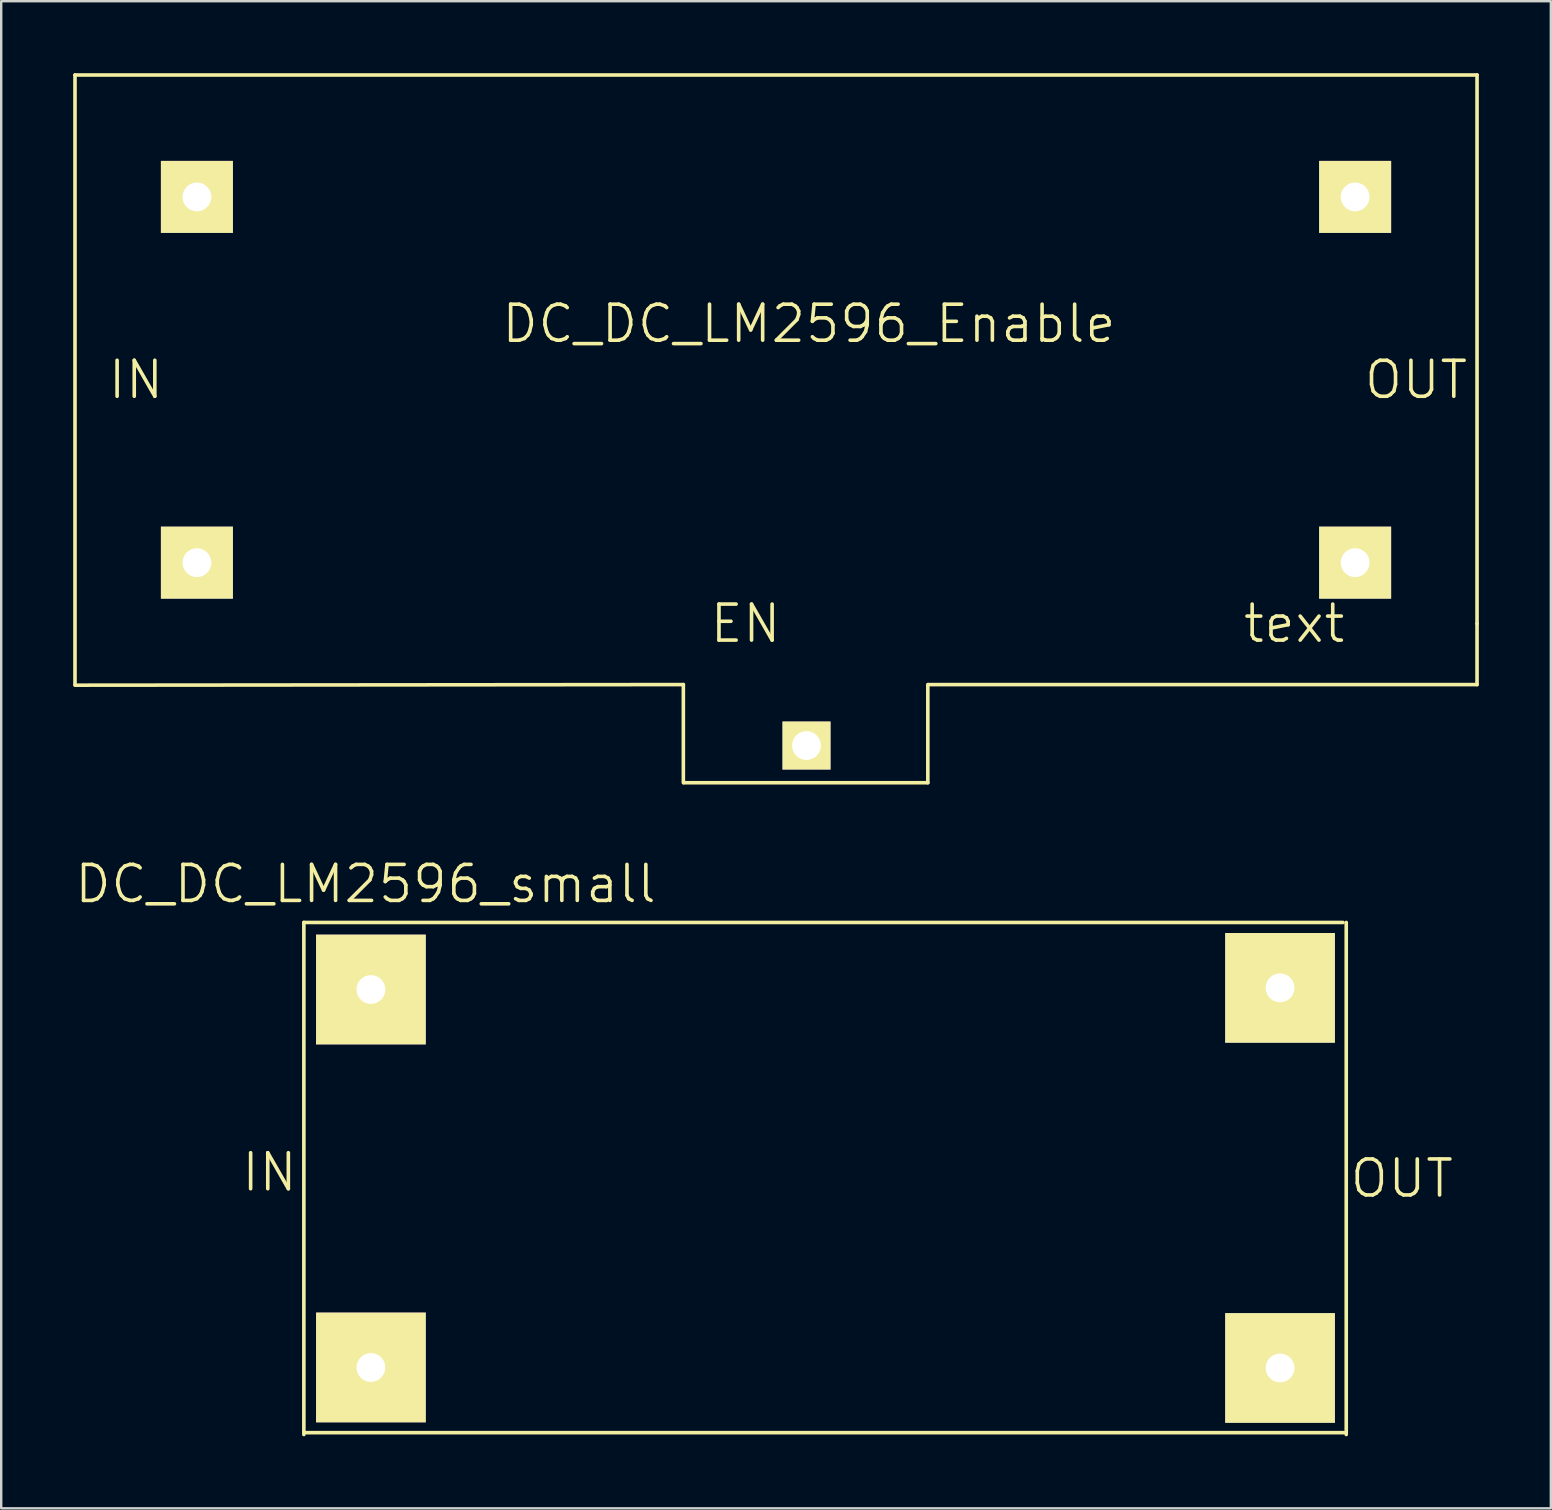
<source format=kicad_pcb>
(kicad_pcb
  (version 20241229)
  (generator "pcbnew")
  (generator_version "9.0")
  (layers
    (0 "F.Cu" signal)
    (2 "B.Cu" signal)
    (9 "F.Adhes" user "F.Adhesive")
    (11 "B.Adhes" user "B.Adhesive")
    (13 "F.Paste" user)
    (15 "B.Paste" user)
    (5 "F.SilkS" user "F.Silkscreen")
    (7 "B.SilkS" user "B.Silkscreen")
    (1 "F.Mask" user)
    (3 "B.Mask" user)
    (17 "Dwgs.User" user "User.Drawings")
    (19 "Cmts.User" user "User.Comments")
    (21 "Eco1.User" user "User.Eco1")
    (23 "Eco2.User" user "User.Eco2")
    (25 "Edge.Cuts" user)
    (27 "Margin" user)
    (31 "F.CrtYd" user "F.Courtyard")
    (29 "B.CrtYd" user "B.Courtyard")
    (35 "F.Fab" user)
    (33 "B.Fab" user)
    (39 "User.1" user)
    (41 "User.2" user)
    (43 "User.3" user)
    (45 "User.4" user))
  (footprint "DC_DC_LM2596_Enable"
    (placed yes)
    (layer "F.Cu")
    (at 30.555 12.775)
    (property "Reference" "DC_DC_LM2596_Enable" (at 0.102 -2.337 0) (layer "F.SilkS") (effects (font (size 1.5 1.5) (thickness 0.15))))
    (attr through_hole)
    (fp_line (start -30.48 -12.7) (end 27.94 -12.7) (stroke (width 0.15) (type solid)) (layer "F.SilkS"))
    (fp_line (start -30.48 12.7) (end -30.48 -12.7) (stroke (width 0.15) (type solid)) (layer "F.SilkS"))
    (fp_line (start -5.131 12.7) (end -30.48 12.725) (stroke (width 0.15) (type solid)) (layer "F.SilkS"))
    (fp_line (start -5.131 16.789) (end -5.131 12.7) (stroke (width 0.15) (type solid)) (layer "F.SilkS"))
    (fp_line (start -5.105 16.789) (end 5.055 16.789) (stroke (width 0.15) (type solid)) (layer "F.SilkS"))
    (fp_line (start 5.055 12.7) (end 5.055 16.789) (stroke (width 0.15) (type solid)) (layer "F.SilkS"))
    (fp_line (start 5.08 12.7) (end 27.94 12.7) (stroke (width 0.15) (type solid)) (layer "F.SilkS"))
    (fp_line (start 27.94 -12.7) (end 27.94 10.16) (stroke (width 0.15) (type solid)) (layer "F.SilkS"))
    (fp_line (start 27.94 12.7) (end 27.94 10.16) (stroke (width 0.15) (type solid)) (layer "F.SilkS"))
    (fp_text user "IN" (at -27.94 0 0) (layer "F.SilkS") (effects (font (size 1.5 1.5) (thickness 0.15))))
    (fp_text user "text" (at 20.32 10.16 0) (layer "F.SilkS") (effects (font (size 1.5 1.5) (thickness 0.15))))
    (fp_text user "OUT" (at 25.4 0 0) (layer "F.SilkS") (effects (font (size 1.5 1.5) (thickness 0.15))))
    (fp_text user "EN" (at -2.54 10.16 0) (layer "F.SilkS") (effects (font (size 1.5 1.5) (thickness 0.15))))
    (pad "1" thru_hole rect (at -25.4 -7.62) (size 3 3) (drill 1.2) (layers "*.Cu" "*.Mask" "F.SilkS"))
    (pad "2" thru_hole rect (at -25.4 7.62) (size 3 3) (drill 1.2) (layers "*.Cu" "*.Mask" "F.SilkS"))
    (pad "3" thru_hole rect (at 22.86 -7.62) (size 3 3) (drill 1.2) (layers "*.Cu" "*.Mask" "F.SilkS"))
    (pad "4" thru_hole rect (at 22.86 7.62) (size 3 3) (drill 1.2) (layers "*.Cu" "*.Mask" "F.SilkS"))
    (pad "5" thru_hole rect (at 0 15.24) (size 2 2) (drill 1.2) (layers "*.Cu" "*.Mask" "F.SilkS")))
  (footprint "DC_DC_LM2596_small"
    (layer "F.Cu")
    (at 31.26 45.547)
    (property "Reference" "DC_DC_LM2596_small" (at -19.078 -11.766 0) (layer "F.SilkS") (effects (font (size 1.5 1.5) (thickness 0.15))))
    (attr through_hole)
    (fp_line (start -21.649 -10.16) (end 21.649 -10.16) (stroke (width 0.15) (type solid)) (layer "F.SilkS"))
    (fp_line (start -21.649 11.176) (end -21.649 -10.16) (stroke (width 0.15) (type solid)) (layer "F.SilkS"))
    (fp_line (start -21.606 11.099) (end 21.693 11.099) (stroke (width 0.15) (type solid)) (layer "F.SilkS"))
    (fp_line (start 21.785 11.176) (end 21.785 -10.16) (stroke (width 0.15) (type solid)) (layer "F.SilkS"))
    (fp_text user "IN" (at -23.081 0.248 0) (layer "F.SilkS") (effects (font (size 1.5 1.5) (thickness 0.15))))
    (fp_text user "OUT" (at 24.102 0.508 0) (layer "F.SilkS") (effects (font (size 1.5 1.5) (thickness 0.15))))
    (pad "1" thru_hole rect (at -18.855 -7.366) (size 4.572 4.572) (drill 1.2) (layers "*.Cu" "*.Mask" "F.SilkS"))
    (pad "2" thru_hole rect (at -18.855 8.382) (size 4.572 4.572) (drill 1.2) (layers "*.Cu" "*.Mask" "F.SilkS"))
    (pad "3" thru_hole rect (at 19.027 -7.435) (size 4.572 4.572) (drill 1.2) (layers "*.Cu" "*.Mask" "F.SilkS"))
    (pad "4" thru_hole rect (at 19.027 8.403) (size 4.572 4.572) (drill 1.2) (layers "*.Cu" "*.Mask" "F.SilkS")))
  (gr_rect
    (start -3 -3)
    (end 61.57 59.798)
    (stroke (width 0.1) (type default))
    (fill no)
    (layer "Edge.Cuts")))
</source>
